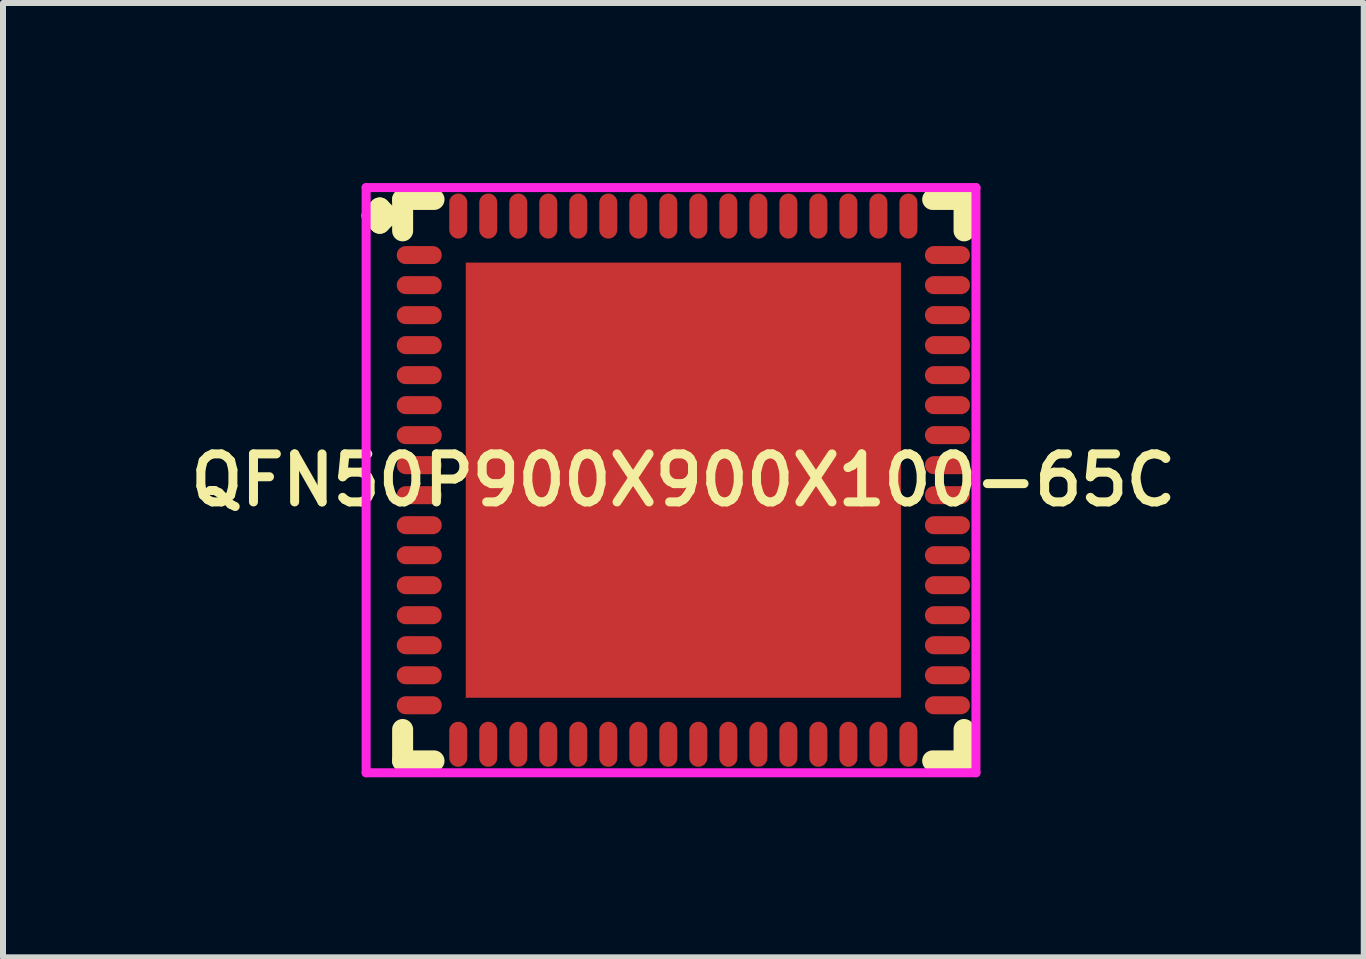
<source format=kicad_pcb>
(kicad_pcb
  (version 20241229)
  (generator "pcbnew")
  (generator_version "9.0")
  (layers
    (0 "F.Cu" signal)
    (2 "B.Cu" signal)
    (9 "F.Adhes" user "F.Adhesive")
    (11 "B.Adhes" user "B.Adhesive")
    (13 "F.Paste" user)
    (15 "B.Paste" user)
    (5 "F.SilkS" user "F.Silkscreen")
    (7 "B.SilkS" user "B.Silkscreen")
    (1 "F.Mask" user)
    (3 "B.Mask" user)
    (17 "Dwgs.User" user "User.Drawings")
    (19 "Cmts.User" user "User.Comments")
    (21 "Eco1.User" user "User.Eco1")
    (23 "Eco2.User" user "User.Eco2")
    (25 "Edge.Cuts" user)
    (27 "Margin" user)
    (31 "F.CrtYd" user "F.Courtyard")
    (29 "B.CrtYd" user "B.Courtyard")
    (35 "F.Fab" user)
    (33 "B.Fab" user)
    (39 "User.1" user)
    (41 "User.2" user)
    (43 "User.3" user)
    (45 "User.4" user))
  (footprint "QFN50P900X900X100-65C"
    (layer "F.Cu")
    (at 8.335 4.95)
    (property "Reference" "QFN50P900X900X100-65C" (at 0 0 0) (layer "F.SilkS") (effects (font (size 0.8 0.8) (thickness 0.15))))
    (attr through_hole)
    (fp_line (start -5.185 -4.408) (end -5.058 -4.535) (stroke (width 0.35) (type solid)) (layer "F.SilkS"))
    (fp_line (start -5.058 -4.535) (end -4.931 -4.408) (stroke (width 0.35) (type solid)) (layer "F.SilkS"))
    (fp_line (start -5.058 -4.281) (end -5.185 -4.408) (stroke (width 0.35) (type solid)) (layer "F.SilkS"))
    (fp_line (start -4.931 -4.408) (end -5.058 -4.281) (stroke (width 0.35) (type solid)) (layer "F.SilkS"))
    (fp_line (start -4.677 -4.677) (end -4.154 -4.677) (stroke (width 0.35) (type solid)) (layer "F.SilkS"))
    (fp_line (start -4.677 -4.154) (end -4.677 -4.677) (stroke (width 0.35) (type solid)) (layer "F.SilkS"))
    (fp_line (start -4.677 4.154) (end -4.677 4.677) (stroke (width 0.35) (type solid)) (layer "F.SilkS"))
    (fp_line (start -4.677 4.677) (end -4.154 4.677) (stroke (width 0.35) (type solid)) (layer "F.SilkS"))
    (fp_line (start 4.154 -4.677) (end 4.677 -4.677) (stroke (width 0.35) (type solid)) (layer "F.SilkS"))
    (fp_line (start 4.154 4.677) (end 4.677 4.677) (stroke (width 0.35) (type solid)) (layer "F.SilkS"))
    (fp_line (start 4.677 -4.677) (end 4.677 -4.154) (stroke (width 0.35) (type solid)) (layer "F.SilkS"))
    (fp_line (start 4.677 4.677) (end 4.677 4.154) (stroke (width 0.35) (type solid)) (layer "F.SilkS"))
    (fp_line (start -5.285 -4.875) (end 4.875 -4.875) (stroke (width 0.15) (type solid)) (layer "F.CrtYd"))
    (fp_line (start -5.285 4.875) (end -5.285 -4.875) (stroke (width 0.15) (type solid)) (layer "F.CrtYd"))
    (fp_line (start 4.875 -4.875) (end 4.875 4.875) (stroke (width 0.15) (type solid)) (layer "F.CrtYd"))
    (fp_line (start 4.875 4.875) (end -5.285 4.875) (stroke (width 0.15) (type solid)) (layer "F.CrtYd"))
    (pad "1" smd oval (at -4.4 -3.75) (size 0.75 0.3) (layers "F.Cu" "F.Mask" "F.Paste"))
    (pad "2" smd oval (at -4.4 -3.25) (size 0.75 0.3) (layers "F.Cu" "F.Mask" "F.Paste"))
    (pad "3" smd oval (at -4.4 -2.75) (size 0.75 0.3) (layers "F.Cu" "F.Mask" "F.Paste"))
    (pad "4" smd oval (at -4.4 -2.25) (size 0.75 0.3) (layers "F.Cu" "F.Mask" "F.Paste"))
    (pad "5" smd oval (at -4.4 -1.75) (size 0.75 0.3) (layers "F.Cu" "F.Mask" "F.Paste"))
    (pad "6" smd oval (at -4.4 -1.25) (size 0.75 0.3) (layers "F.Cu" "F.Mask" "F.Paste"))
    (pad "7" smd oval (at -4.4 -0.75) (size 0.75 0.3) (layers "F.Cu" "F.Mask" "F.Paste"))
    (pad "8" smd oval (at -4.4 -0.25) (size 0.75 0.3) (layers "F.Cu" "F.Mask" "F.Paste"))
    (pad "9" smd oval (at -4.4 0.25) (size 0.75 0.3) (layers "F.Cu" "F.Mask" "F.Paste"))
    (pad "10" smd oval (at -4.4 0.75) (size 0.75 0.3) (layers "F.Cu" "F.Mask" "F.Paste"))
    (pad "11" smd oval (at -4.4 1.25) (size 0.75 0.3) (layers "F.Cu" "F.Mask" "F.Paste"))
    (pad "12" smd oval (at -4.4 1.75) (size 0.75 0.3) (layers "F.Cu" "F.Mask" "F.Paste"))
    (pad "13" smd oval (at -4.4 2.25) (size 0.75 0.3) (layers "F.Cu" "F.Mask" "F.Paste"))
    (pad "14" smd oval (at -4.4 2.75) (size 0.75 0.3) (layers "F.Cu" "F.Mask" "F.Paste"))
    (pad "15" smd oval (at -4.4 3.25) (size 0.75 0.3) (layers "F.Cu" "F.Mask" "F.Paste"))
    (pad "16" smd oval (at -4.4 3.75) (size 0.75 0.3) (layers "F.Cu" "F.Mask" "F.Paste"))
    (pad "17" smd oval (at -3.75 4.4) (size 0.3 0.75) (layers "F.Cu" "F.Mask" "F.Paste"))
    (pad "18" smd oval (at -3.25 4.4) (size 0.3 0.75) (layers "F.Cu" "F.Mask" "F.Paste"))
    (pad "19" smd oval (at -2.75 4.4) (size 0.3 0.75) (layers "F.Cu" "F.Mask" "F.Paste"))
    (pad "20" smd oval (at -2.25 4.4) (size 0.3 0.75) (layers "F.Cu" "F.Mask" "F.Paste"))
    (pad "21" smd oval (at -1.75 4.4) (size 0.3 0.75) (layers "F.Cu" "F.Mask" "F.Paste"))
    (pad "22" smd oval (at -1.25 4.4) (size 0.3 0.75) (layers "F.Cu" "F.Mask" "F.Paste"))
    (pad "23" smd oval (at -0.75 4.4) (size 0.3 0.75) (layers "F.Cu" "F.Mask" "F.Paste"))
    (pad "24" smd oval (at -0.25 4.4) (size 0.3 0.75) (layers "F.Cu" "F.Mask" "F.Paste"))
    (pad "25" smd oval (at 0.25 4.4) (size 0.3 0.75) (layers "F.Cu" "F.Mask" "F.Paste"))
    (pad "26" smd oval (at 0.75 4.4) (size 0.3 0.75) (layers "F.Cu" "F.Mask" "F.Paste"))
    (pad "27" smd oval (at 1.25 4.4) (size 0.3 0.75) (layers "F.Cu" "F.Mask" "F.Paste"))
    (pad "28" smd oval (at 1.75 4.4) (size 0.3 0.75) (layers "F.Cu" "F.Mask" "F.Paste"))
    (pad "29" smd oval (at 2.25 4.4) (size 0.3 0.75) (layers "F.Cu" "F.Mask" "F.Paste"))
    (pad "30" smd oval (at 2.75 4.4) (size 0.3 0.75) (layers "F.Cu" "F.Mask" "F.Paste"))
    (pad "31" smd oval (at 3.25 4.4) (size 0.3 0.75) (layers "F.Cu" "F.Mask" "F.Paste"))
    (pad "32" smd oval (at 3.75 4.4) (size 0.3 0.75) (layers "F.Cu" "F.Mask" "F.Paste"))
    (pad "33" smd oval (at 4.4 3.75) (size 0.75 0.3) (layers "F.Cu" "F.Mask" "F.Paste"))
    (pad "34" smd oval (at 4.4 3.25) (size 0.75 0.3) (layers "F.Cu" "F.Mask" "F.Paste"))
    (pad "35" smd oval (at 4.4 2.75) (size 0.75 0.3) (layers "F.Cu" "F.Mask" "F.Paste"))
    (pad "36" smd oval (at 4.4 2.25) (size 0.75 0.3) (layers "F.Cu" "F.Mask" "F.Paste"))
    (pad "37" smd oval (at 4.4 1.75) (size 0.75 0.3) (layers "F.Cu" "F.Mask" "F.Paste"))
    (pad "38" smd oval (at 4.4 1.25) (size 0.75 0.3) (layers "F.Cu" "F.Mask" "F.Paste"))
    (pad "39" smd oval (at 4.4 0.75) (size 0.75 0.3) (layers "F.Cu" "F.Mask" "F.Paste"))
    (pad "40" smd oval (at 4.4 0.25) (size 0.75 0.3) (layers "F.Cu" "F.Mask" "F.Paste"))
    (pad "41" smd oval (at 4.4 -0.25) (size 0.75 0.3) (layers "F.Cu" "F.Mask" "F.Paste"))
    (pad "42" smd oval (at 4.4 -0.75) (size 0.75 0.3) (layers "F.Cu" "F.Mask" "F.Paste"))
    (pad "43" smd oval (at 4.4 -1.25) (size 0.75 0.3) (layers "F.Cu" "F.Mask" "F.Paste"))
    (pad "44" smd oval (at 4.4 -1.75) (size 0.75 0.3) (layers "F.Cu" "F.Mask" "F.Paste"))
    (pad "45" smd oval (at 4.4 -2.25) (size 0.75 0.3) (layers "F.Cu" "F.Mask" "F.Paste"))
    (pad "46" smd oval (at 4.4 -2.75) (size 0.75 0.3) (layers "F.Cu" "F.Mask" "F.Paste"))
    (pad "47" smd oval (at 4.4 -3.25) (size 0.75 0.3) (layers "F.Cu" "F.Mask" "F.Paste"))
    (pad "48" smd oval (at 4.4 -3.75) (size 0.75 0.3) (layers "F.Cu" "F.Mask" "F.Paste"))
    (pad "49" smd oval (at 3.75 -4.4) (size 0.3 0.75) (layers "F.Cu" "F.Mask" "F.Paste"))
    (pad "50" smd oval (at 3.25 -4.4) (size 0.3 0.75) (layers "F.Cu" "F.Mask" "F.Paste"))
    (pad "51" smd oval (at 2.75 -4.4) (size 0.3 0.75) (layers "F.Cu" "F.Mask" "F.Paste"))
    (pad "52" smd oval (at 2.25 -4.4) (size 0.3 0.75) (layers "F.Cu" "F.Mask" "F.Paste"))
    (pad "53" smd oval (at 1.75 -4.4) (size 0.3 0.75) (layers "F.Cu" "F.Mask" "F.Paste"))
    (pad "54" smd oval (at 1.25 -4.4) (size 0.3 0.75) (layers "F.Cu" "F.Mask" "F.Paste"))
    (pad "55" smd oval (at 0.75 -4.4) (size 0.3 0.75) (layers "F.Cu" "F.Mask" "F.Paste"))
    (pad "56" smd oval (at 0.25 -4.4) (size 0.3 0.75) (layers "F.Cu" "F.Mask" "F.Paste"))
    (pad "57" smd oval (at -0.25 -4.4) (size 0.3 0.75) (layers "F.Cu" "F.Mask" "F.Paste"))
    (pad "58" smd oval (at -0.75 -4.4) (size 0.3 0.75) (layers "F.Cu" "F.Mask" "F.Paste"))
    (pad "59" smd oval (at -1.25 -4.4) (size 0.3 0.75) (layers "F.Cu" "F.Mask" "F.Paste"))
    (pad "60" smd oval (at -1.75 -4.4) (size 0.3 0.75) (layers "F.Cu" "F.Mask" "F.Paste"))
    (pad "61" smd oval (at -2.25 -4.4) (size 0.3 0.75) (layers "F.Cu" "F.Mask" "F.Paste"))
    (pad "62" smd oval (at -2.75 -4.4) (size 0.3 0.75) (layers "F.Cu" "F.Mask" "F.Paste"))
    (pad "63" smd oval (at -3.25 -4.4) (size 0.3 0.75) (layers "F.Cu" "F.Mask" "F.Paste"))
    (pad "64" smd oval (at -3.75 -4.4) (size 0.3 0.75) (layers "F.Cu" "F.Mask" "F.Paste"))
    (pad "65" smd rect (at 0 0) (size 7.25 7.25) (layers "F.Cu" "F.Mask" "F.Paste")))
  (gr_rect
    (start -3 -3)
    (end 19.671 12.9)
    (stroke (width 0.1) (type default))
    (fill no)
    (layer "Edge.Cuts")))
</source>
